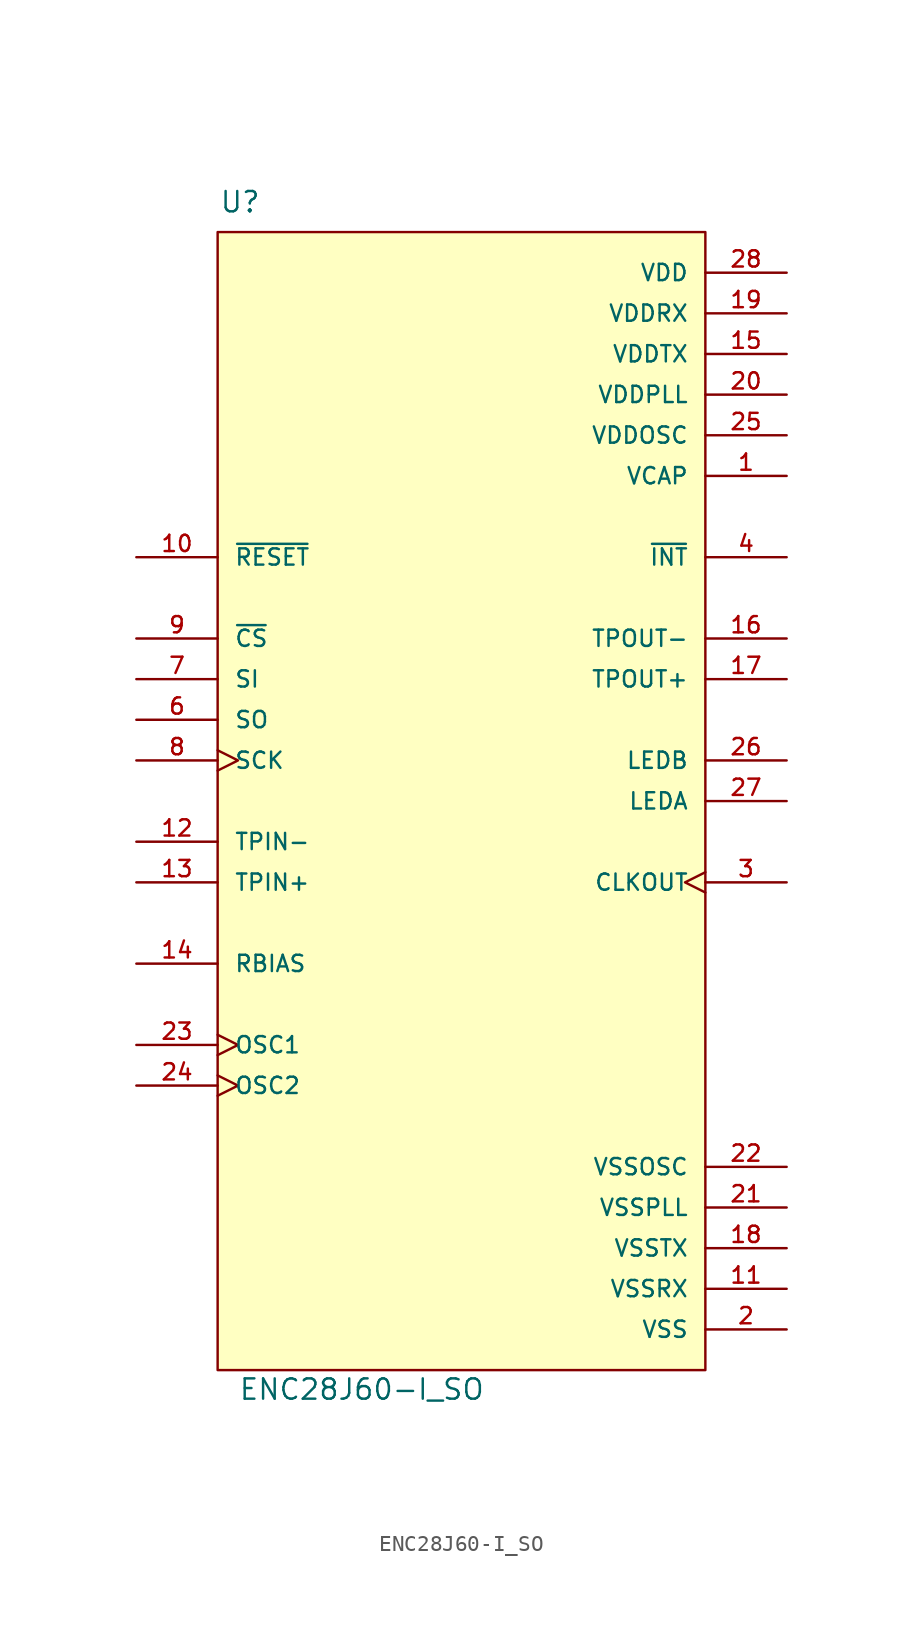
<source format=kicad_sym>
(kicad_symbol_lib
  (version 20211014)
  (generator kicad_symbol_editor)
  (symbol "ENC28J60-I_SO"
    (pin_names
      (offset 1.016))
    (property "Reference" "U"
      (at -15.144 36.694 0.0)
      (effects (font (size 1.27 1.27)) (justify bottom left)))
    (property "Value" "ENC28J60-I_SO"
      (at -13.951 -37.51 0.0)
      (effects (font (size 1.27 1.27)) (justify bottom left)))
    (symbol "ENC28J60-I_SO_0_0"
      (rectangle (start -15.24 -35.56) (end 15.24 35.56) (stroke (width 0.152)) (fill (type background)))
      (pin power_in line (at 20.32 33.02 180.0) (length 5.08) (name "VDD" (effects (font (size 1.016 1.016)))) (number "28" (effects (font (size 1.016 1.016)))))
      (pin power_in line (at 20.32 27.94 180.0) (length 5.08) (name "VDDTX" (effects (font (size 1.016 1.016)))) (number "15" (effects (font (size 1.016 1.016)))))
      (pin power_in line (at 20.32 30.48 180.0) (length 5.08) (name "VDDRX" (effects (font (size 1.016 1.016)))) (number "19" (effects (font (size 1.016 1.016)))))
      (pin power_in line (at 20.32 25.4 180.0) (length 5.08) (name "VDDPLL" (effects (font (size 1.016 1.016)))) (number "20" (effects (font (size 1.016 1.016)))))
      (pin power_in line (at 20.32 22.86 180.0) (length 5.08) (name "VDDOSC" (effects (font (size 1.016 1.016)))) (number "25" (effects (font (size 1.016 1.016)))))
      (pin input line (at -20.32 7.62 0) (length 5.08) (name "SI" (effects (font (size 1.016 1.016)))) (number "7" (effects (font (size 1.016 1.016)))))
      (pin power_in line (at 20.32 20.32 180.0) (length 5.08) (name "VCAP" (effects (font (size 1.016 1.016)))) (number "1" (effects (font (size 1.016 1.016)))))
      (pin input clock (at -20.32 2.54 0) (length 5.08) (name "SCK" (effects (font (size 1.016 1.016)))) (number "8" (effects (font (size 1.016 1.016)))))
      (pin input line (at -20.32 10.16 0) (length 5.08) (name "~{CS}" (effects (font (size 1.016 1.016)))) (number "9" (effects (font (size 1.016 1.016)))))
      (pin input line (at -20.32 -10.16 0) (length 5.08) (name "RBIAS" (effects (font (size 1.016 1.016)))) (number "14" (effects (font (size 1.016 1.016)))))
      (pin input clock (at -20.32 -15.24 0) (length 5.08) (name "OSC1" (effects (font (size 1.016 1.016)))) (number "23" (effects (font (size 1.016 1.016)))))
      (pin input line (at -20.32 15.24 0) (length 5.08) (name "~{RESET}" (effects (font (size 1.016 1.016)))) (number "10" (effects (font (size 1.016 1.016)))))
      (pin input line (at -20.32 -2.54 0) (length 5.08) (name "TPIN-" (effects (font (size 1.016 1.016)))) (number "12" (effects (font (size 1.016 1.016)))))
      (pin input line (at -20.32 -5.08 0) (length 5.08) (name "TPIN+" (effects (font (size 1.016 1.016)))) (number "13" (effects (font (size 1.016 1.016)))))
      (pin power_in line (at 20.32 -33.02 180.0) (length 5.08) (name "VSS" (effects (font (size 1.016 1.016)))) (number "2" (effects (font (size 1.016 1.016)))))
      (pin power_in line (at 20.32 -30.48 180.0) (length 5.08) (name "VSSRX" (effects (font (size 1.016 1.016)))) (number "11" (effects (font (size 1.016 1.016)))))
      (pin power_in line (at 20.32 -27.94 180.0) (length 5.08) (name "VSSTX" (effects (font (size 1.016 1.016)))) (number "18" (effects (font (size 1.016 1.016)))))
      (pin power_in line (at 20.32 -25.4 180.0) (length 5.08) (name "VSSPLL" (effects (font (size 1.016 1.016)))) (number "21" (effects (font (size 1.016 1.016)))))
      (pin power_in line (at 20.32 -22.86 180.0) (length 5.08) (name "VSSOSC" (effects (font (size 1.016 1.016)))) (number "22" (effects (font (size 1.016 1.016)))))
      (pin output line (at 20.32 15.24 180.0) (length 5.08) (name "~{INT}" (effects (font (size 1.016 1.016)))) (number "4" (effects (font (size 1.016 1.016)))))
      (pin output line (at -20.32 5.08 0) (length 5.08) (name "SO" (effects (font (size 1.016 1.016)))) (number "6" (effects (font (size 1.016 1.016)))))
      (pin output line (at 20.32 10.16 180.0) (length 5.08) (name "TPOUT-" (effects (font (size 1.016 1.016)))) (number "16" (effects (font (size 1.016 1.016)))))
      (pin output line (at 20.32 7.62 180.0) (length 5.08) (name "TPOUT+" (effects (font (size 1.016 1.016)))) (number "17" (effects (font (size 1.016 1.016)))))
      (pin output clock (at -20.32 -17.78 0) (length 5.08) (name "OSC2" (effects (font (size 1.016 1.016)))) (number "24" (effects (font (size 1.016 1.016)))))
      (pin output line (at 20.32 2.54 180.0) (length 5.08) (name "LEDB" (effects (font (size 1.016 1.016)))) (number "26" (effects (font (size 1.016 1.016)))))
      (pin output line (at 20.32 0.0 180.0) (length 5.08) (name "LEDA" (effects (font (size 1.016 1.016)))) (number "27" (effects (font (size 1.016 1.016)))))
      (pin output clock (at 20.32 -5.08 180.0) (length 5.08) (name "CLKOUT" (effects (font (size 1.016 1.016)))) (number "3" (effects (font (size 1.016 1.016))))))))
</source>
